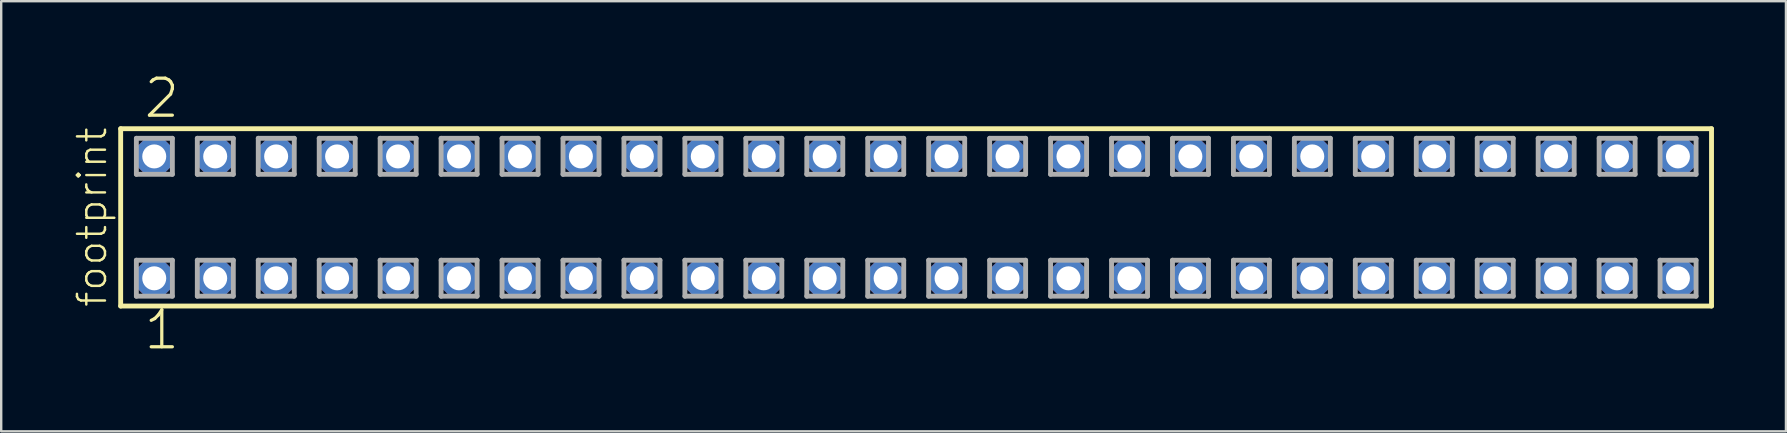
<source format=kicad_pcb>
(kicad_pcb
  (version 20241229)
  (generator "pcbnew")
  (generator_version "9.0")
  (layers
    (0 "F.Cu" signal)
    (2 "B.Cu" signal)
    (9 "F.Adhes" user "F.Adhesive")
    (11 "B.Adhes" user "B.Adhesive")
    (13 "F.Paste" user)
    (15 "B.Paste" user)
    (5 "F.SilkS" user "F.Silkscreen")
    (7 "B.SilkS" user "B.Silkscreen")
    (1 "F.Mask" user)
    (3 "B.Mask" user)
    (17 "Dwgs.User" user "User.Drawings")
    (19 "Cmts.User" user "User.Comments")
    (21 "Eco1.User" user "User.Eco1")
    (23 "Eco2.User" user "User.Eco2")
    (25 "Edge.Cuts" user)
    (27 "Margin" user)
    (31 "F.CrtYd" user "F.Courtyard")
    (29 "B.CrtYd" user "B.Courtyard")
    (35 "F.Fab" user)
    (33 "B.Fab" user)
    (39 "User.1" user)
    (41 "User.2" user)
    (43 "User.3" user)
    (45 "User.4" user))
  (footprint "footprint"
    (layer "F.Cu")
    (at 35.128 6.009)
    (property "Reference" "footprint" (at -33.655 3.81 90) (layer "F.SilkS") (effects (font (size 1.168 1.168) (thickness 0.102)) (justify left bottom)))
    (fp_line (start -33.149 -3.695) (end 33.149 -3.695) (stroke (width 0.203) (type solid)) (layer "F.SilkS"))
    (fp_line (start -33.149 3.695) (end -33.149 -3.695) (stroke (width 0.203) (type solid)) (layer "F.SilkS"))
    (fp_line (start 33.149 -3.695) (end 33.149 3.695) (stroke (width 0.203) (type solid)) (layer "F.SilkS"))
    (fp_line (start 33.149 3.695) (end -33.149 3.695) (stroke (width 0.203) (type solid)) (layer "F.SilkS"))
    (fp_line (start -32.495 -3.295) (end -30.995 -3.295) (stroke (width 0.203) (type solid)) (layer "F.Fab"))
    (fp_line (start -32.495 -1.795) (end -32.495 -3.295) (stroke (width 0.203) (type solid)) (layer "F.Fab"))
    (fp_line (start -32.495 1.785) (end -30.995 1.785) (stroke (width 0.203) (type solid)) (layer "F.Fab"))
    (fp_line (start -32.495 3.285) (end -32.495 1.785) (stroke (width 0.203) (type solid)) (layer "F.Fab"))
    (fp_line (start -30.995 -3.295) (end -30.995 -1.795) (stroke (width 0.203) (type solid)) (layer "F.Fab"))
    (fp_line (start -30.995 -1.795) (end -32.495 -1.795) (stroke (width 0.203) (type solid)) (layer "F.Fab"))
    (fp_line (start -30.995 1.785) (end -30.995 3.285) (stroke (width 0.203) (type solid)) (layer "F.Fab"))
    (fp_line (start -30.995 3.285) (end -32.495 3.285) (stroke (width 0.203) (type solid)) (layer "F.Fab"))
    (fp_line (start -29.955 -3.295) (end -28.455 -3.295) (stroke (width 0.203) (type solid)) (layer "F.Fab"))
    (fp_line (start -29.955 -1.795) (end -29.955 -3.295) (stroke (width 0.203) (type solid)) (layer "F.Fab"))
    (fp_line (start -29.955 1.785) (end -28.455 1.785) (stroke (width 0.203) (type solid)) (layer "F.Fab"))
    (fp_line (start -29.955 3.285) (end -29.955 1.785) (stroke (width 0.203) (type solid)) (layer "F.Fab"))
    (fp_line (start -28.455 -3.295) (end -28.455 -1.795) (stroke (width 0.203) (type solid)) (layer "F.Fab"))
    (fp_line (start -28.455 -1.795) (end -29.955 -1.795) (stroke (width 0.203) (type solid)) (layer "F.Fab"))
    (fp_line (start -28.455 1.785) (end -28.455 3.285) (stroke (width 0.203) (type solid)) (layer "F.Fab"))
    (fp_line (start -28.455 3.285) (end -29.955 3.285) (stroke (width 0.203) (type solid)) (layer "F.Fab"))
    (fp_line (start -27.415 -3.295) (end -25.915 -3.295) (stroke (width 0.203) (type solid)) (layer "F.Fab"))
    (fp_line (start -27.415 -1.795) (end -27.415 -3.295) (stroke (width 0.203) (type solid)) (layer "F.Fab"))
    (fp_line (start -27.415 1.785) (end -25.915 1.785) (stroke (width 0.203) (type solid)) (layer "F.Fab"))
    (fp_line (start -27.415 3.285) (end -27.415 1.785) (stroke (width 0.203) (type solid)) (layer "F.Fab"))
    (fp_line (start -25.915 -3.295) (end -25.915 -1.795) (stroke (width 0.203) (type solid)) (layer "F.Fab"))
    (fp_line (start -25.915 -1.795) (end -27.415 -1.795) (stroke (width 0.203) (type solid)) (layer "F.Fab"))
    (fp_line (start -25.915 1.785) (end -25.915 3.285) (stroke (width 0.203) (type solid)) (layer "F.Fab"))
    (fp_line (start -25.915 3.285) (end -27.415 3.285) (stroke (width 0.203) (type solid)) (layer "F.Fab"))
    (fp_line (start -24.875 -3.295) (end -23.375 -3.295) (stroke (width 0.203) (type solid)) (layer "F.Fab"))
    (fp_line (start -24.875 -1.795) (end -24.875 -3.295) (stroke (width 0.203) (type solid)) (layer "F.Fab"))
    (fp_line (start -24.875 1.785) (end -23.375 1.785) (stroke (width 0.203) (type solid)) (layer "F.Fab"))
    (fp_line (start -24.875 3.285) (end -24.875 1.785) (stroke (width 0.203) (type solid)) (layer "F.Fab"))
    (fp_line (start -23.375 -3.295) (end -23.375 -1.795) (stroke (width 0.203) (type solid)) (layer "F.Fab"))
    (fp_line (start -23.375 -1.795) (end -24.875 -1.795) (stroke (width 0.203) (type solid)) (layer "F.Fab"))
    (fp_line (start -23.375 1.785) (end -23.375 3.285) (stroke (width 0.203) (type solid)) (layer "F.Fab"))
    (fp_line (start -23.375 3.285) (end -24.875 3.285) (stroke (width 0.203) (type solid)) (layer "F.Fab"))
    (fp_line (start -22.335 -3.295) (end -20.835 -3.295) (stroke (width 0.203) (type solid)) (layer "F.Fab"))
    (fp_line (start -22.335 -1.795) (end -22.335 -3.295) (stroke (width 0.203) (type solid)) (layer "F.Fab"))
    (fp_line (start -22.335 1.785) (end -20.835 1.785) (stroke (width 0.203) (type solid)) (layer "F.Fab"))
    (fp_line (start -22.335 3.285) (end -22.335 1.785) (stroke (width 0.203) (type solid)) (layer "F.Fab"))
    (fp_line (start -20.835 -3.295) (end -20.835 -1.795) (stroke (width 0.203) (type solid)) (layer "F.Fab"))
    (fp_line (start -20.835 -1.795) (end -22.335 -1.795) (stroke (width 0.203) (type solid)) (layer "F.Fab"))
    (fp_line (start -20.835 1.785) (end -20.835 3.285) (stroke (width 0.203) (type solid)) (layer "F.Fab"))
    (fp_line (start -20.835 3.285) (end -22.335 3.285) (stroke (width 0.203) (type solid)) (layer "F.Fab"))
    (fp_line (start -19.795 -3.295) (end -18.295 -3.295) (stroke (width 0.203) (type solid)) (layer "F.Fab"))
    (fp_line (start -19.795 -1.795) (end -19.795 -3.295) (stroke (width 0.203) (type solid)) (layer "F.Fab"))
    (fp_line (start -19.795 1.785) (end -18.295 1.785) (stroke (width 0.203) (type solid)) (layer "F.Fab"))
    (fp_line (start -19.795 3.285) (end -19.795 1.785) (stroke (width 0.203) (type solid)) (layer "F.Fab"))
    (fp_line (start -18.295 -3.295) (end -18.295 -1.795) (stroke (width 0.203) (type solid)) (layer "F.Fab"))
    (fp_line (start -18.295 -1.795) (end -19.795 -1.795) (stroke (width 0.203) (type solid)) (layer "F.Fab"))
    (fp_line (start -18.295 1.785) (end -18.295 3.285) (stroke (width 0.203) (type solid)) (layer "F.Fab"))
    (fp_line (start -18.295 3.285) (end -19.795 3.285) (stroke (width 0.203) (type solid)) (layer "F.Fab"))
    (fp_line (start -17.255 -3.295) (end -15.755 -3.295) (stroke (width 0.203) (type solid)) (layer "F.Fab"))
    (fp_line (start -17.255 -1.795) (end -17.255 -3.295) (stroke (width 0.203) (type solid)) (layer "F.Fab"))
    (fp_line (start -17.255 1.785) (end -15.755 1.785) (stroke (width 0.203) (type solid)) (layer "F.Fab"))
    (fp_line (start -17.255 3.285) (end -17.255 1.785) (stroke (width 0.203) (type solid)) (layer "F.Fab"))
    (fp_line (start -15.755 -3.295) (end -15.755 -1.795) (stroke (width 0.203) (type solid)) (layer "F.Fab"))
    (fp_line (start -15.755 -1.795) (end -17.255 -1.795) (stroke (width 0.203) (type solid)) (layer "F.Fab"))
    (fp_line (start -15.755 1.785) (end -15.755 3.285) (stroke (width 0.203) (type solid)) (layer "F.Fab"))
    (fp_line (start -15.755 3.285) (end -17.255 3.285) (stroke (width 0.203) (type solid)) (layer "F.Fab"))
    (fp_line (start -14.715 -3.295) (end -13.215 -3.295) (stroke (width 0.203) (type solid)) (layer "F.Fab"))
    (fp_line (start -14.715 -1.795) (end -14.715 -3.295) (stroke (width 0.203) (type solid)) (layer "F.Fab"))
    (fp_line (start -14.715 1.785) (end -13.215 1.785) (stroke (width 0.203) (type solid)) (layer "F.Fab"))
    (fp_line (start -14.715 3.285) (end -14.715 1.785) (stroke (width 0.203) (type solid)) (layer "F.Fab"))
    (fp_line (start -13.215 -3.295) (end -13.215 -1.795) (stroke (width 0.203) (type solid)) (layer "F.Fab"))
    (fp_line (start -13.215 -1.795) (end -14.715 -1.795) (stroke (width 0.203) (type solid)) (layer "F.Fab"))
    (fp_line (start -13.215 1.785) (end -13.215 3.285) (stroke (width 0.203) (type solid)) (layer "F.Fab"))
    (fp_line (start -13.215 3.285) (end -14.715 3.285) (stroke (width 0.203) (type solid)) (layer "F.Fab"))
    (fp_line (start -12.175 -3.295) (end -10.675 -3.295) (stroke (width 0.203) (type solid)) (layer "F.Fab"))
    (fp_line (start -12.175 -1.795) (end -12.175 -3.295) (stroke (width 0.203) (type solid)) (layer "F.Fab"))
    (fp_line (start -12.175 1.785) (end -10.675 1.785) (stroke (width 0.203) (type solid)) (layer "F.Fab"))
    (fp_line (start -12.175 3.285) (end -12.175 1.785) (stroke (width 0.203) (type solid)) (layer "F.Fab"))
    (fp_line (start -10.675 -3.295) (end -10.675 -1.795) (stroke (width 0.203) (type solid)) (layer "F.Fab"))
    (fp_line (start -10.675 -1.795) (end -12.175 -1.795) (stroke (width 0.203) (type solid)) (layer "F.Fab"))
    (fp_line (start -10.675 1.785) (end -10.675 3.285) (stroke (width 0.203) (type solid)) (layer "F.Fab"))
    (fp_line (start -10.675 3.285) (end -12.175 3.285) (stroke (width 0.203) (type solid)) (layer "F.Fab"))
    (fp_line (start -9.635 -3.295) (end -8.135 -3.295) (stroke (width 0.203) (type solid)) (layer "F.Fab"))
    (fp_line (start -9.635 -1.795) (end -9.635 -3.295) (stroke (width 0.203) (type solid)) (layer "F.Fab"))
    (fp_line (start -9.635 1.785) (end -8.135 1.785) (stroke (width 0.203) (type solid)) (layer "F.Fab"))
    (fp_line (start -9.635 3.285) (end -9.635 1.785) (stroke (width 0.203) (type solid)) (layer "F.Fab"))
    (fp_line (start -8.135 -3.295) (end -8.135 -1.795) (stroke (width 0.203) (type solid)) (layer "F.Fab"))
    (fp_line (start -8.135 -1.795) (end -9.635 -1.795) (stroke (width 0.203) (type solid)) (layer "F.Fab"))
    (fp_line (start -8.135 1.785) (end -8.135 3.285) (stroke (width 0.203) (type solid)) (layer "F.Fab"))
    (fp_line (start -8.135 3.285) (end -9.635 3.285) (stroke (width 0.203) (type solid)) (layer "F.Fab"))
    (fp_line (start -7.095 -3.295) (end -5.595 -3.295) (stroke (width 0.203) (type solid)) (layer "F.Fab"))
    (fp_line (start -7.095 -1.795) (end -7.095 -3.295) (stroke (width 0.203) (type solid)) (layer "F.Fab"))
    (fp_line (start -7.095 1.785) (end -5.595 1.785) (stroke (width 0.203) (type solid)) (layer "F.Fab"))
    (fp_line (start -7.095 3.285) (end -7.095 1.785) (stroke (width 0.203) (type solid)) (layer "F.Fab"))
    (fp_line (start -5.595 -3.295) (end -5.595 -1.795) (stroke (width 0.203) (type solid)) (layer "F.Fab"))
    (fp_line (start -5.595 -1.795) (end -7.095 -1.795) (stroke (width 0.203) (type solid)) (layer "F.Fab"))
    (fp_line (start -5.595 1.785) (end -5.595 3.285) (stroke (width 0.203) (type solid)) (layer "F.Fab"))
    (fp_line (start -5.595 3.285) (end -7.095 3.285) (stroke (width 0.203) (type solid)) (layer "F.Fab"))
    (fp_line (start -4.555 -3.295) (end -3.055 -3.295) (stroke (width 0.203) (type solid)) (layer "F.Fab"))
    (fp_line (start -4.555 -1.795) (end -4.555 -3.295) (stroke (width 0.203) (type solid)) (layer "F.Fab"))
    (fp_line (start -4.555 1.785) (end -3.055 1.785) (stroke (width 0.203) (type solid)) (layer "F.Fab"))
    (fp_line (start -4.555 3.285) (end -4.555 1.785) (stroke (width 0.203) (type solid)) (layer "F.Fab"))
    (fp_line (start -3.055 -3.295) (end -3.055 -1.795) (stroke (width 0.203) (type solid)) (layer "F.Fab"))
    (fp_line (start -3.055 -1.795) (end -4.555 -1.795) (stroke (width 0.203) (type solid)) (layer "F.Fab"))
    (fp_line (start -3.055 1.785) (end -3.055 3.285) (stroke (width 0.203) (type solid)) (layer "F.Fab"))
    (fp_line (start -3.055 3.285) (end -4.555 3.285) (stroke (width 0.203) (type solid)) (layer "F.Fab"))
    (fp_line (start -2.015 -3.295) (end -0.515 -3.295) (stroke (width 0.203) (type solid)) (layer "F.Fab"))
    (fp_line (start -2.015 -1.795) (end -2.015 -3.295) (stroke (width 0.203) (type solid)) (layer "F.Fab"))
    (fp_line (start -2.015 1.785) (end -0.515 1.785) (stroke (width 0.203) (type solid)) (layer "F.Fab"))
    (fp_line (start -2.015 3.285) (end -2.015 1.785) (stroke (width 0.203) (type solid)) (layer "F.Fab"))
    (fp_line (start -0.515 -3.295) (end -0.515 -1.795) (stroke (width 0.203) (type solid)) (layer "F.Fab"))
    (fp_line (start -0.515 -1.795) (end -2.015 -1.795) (stroke (width 0.203) (type solid)) (layer "F.Fab"))
    (fp_line (start -0.515 1.785) (end -0.515 3.285) (stroke (width 0.203) (type solid)) (layer "F.Fab"))
    (fp_line (start -0.515 3.285) (end -2.015 3.285) (stroke (width 0.203) (type solid)) (layer "F.Fab"))
    (fp_line (start 0.525 -3.295) (end 2.025 -3.295) (stroke (width 0.203) (type solid)) (layer "F.Fab"))
    (fp_line (start 0.525 -1.795) (end 0.525 -3.295) (stroke (width 0.203) (type solid)) (layer "F.Fab"))
    (fp_line (start 0.525 1.785) (end 2.025 1.785) (stroke (width 0.203) (type solid)) (layer "F.Fab"))
    (fp_line (start 0.525 3.285) (end 0.525 1.785) (stroke (width 0.203) (type solid)) (layer "F.Fab"))
    (fp_line (start 2.025 -3.295) (end 2.025 -1.795) (stroke (width 0.203) (type solid)) (layer "F.Fab"))
    (fp_line (start 2.025 -1.795) (end 0.525 -1.795) (stroke (width 0.203) (type solid)) (layer "F.Fab"))
    (fp_line (start 2.025 1.785) (end 2.025 3.285) (stroke (width 0.203) (type solid)) (layer "F.Fab"))
    (fp_line (start 2.025 3.285) (end 0.525 3.285) (stroke (width 0.203) (type solid)) (layer "F.Fab"))
    (fp_line (start 3.065 -3.295) (end 4.565 -3.295) (stroke (width 0.203) (type solid)) (layer "F.Fab"))
    (fp_line (start 3.065 -1.795) (end 3.065 -3.295) (stroke (width 0.203) (type solid)) (layer "F.Fab"))
    (fp_line (start 3.065 1.785) (end 4.565 1.785) (stroke (width 0.203) (type solid)) (layer "F.Fab"))
    (fp_line (start 3.065 3.285) (end 3.065 1.785) (stroke (width 0.203) (type solid)) (layer "F.Fab"))
    (fp_line (start 4.565 -3.295) (end 4.565 -1.795) (stroke (width 0.203) (type solid)) (layer "F.Fab"))
    (fp_line (start 4.565 -1.795) (end 3.065 -1.795) (stroke (width 0.203) (type solid)) (layer "F.Fab"))
    (fp_line (start 4.565 1.785) (end 4.565 3.285) (stroke (width 0.203) (type solid)) (layer "F.Fab"))
    (fp_line (start 4.565 3.285) (end 3.065 3.285) (stroke (width 0.203) (type solid)) (layer "F.Fab"))
    (fp_line (start 5.605 -3.295) (end 7.105 -3.295) (stroke (width 0.203) (type solid)) (layer "F.Fab"))
    (fp_line (start 5.605 -1.795) (end 5.605 -3.295) (stroke (width 0.203) (type solid)) (layer "F.Fab"))
    (fp_line (start 5.605 1.785) (end 7.105 1.785) (stroke (width 0.203) (type solid)) (layer "F.Fab"))
    (fp_line (start 5.605 3.285) (end 5.605 1.785) (stroke (width 0.203) (type solid)) (layer "F.Fab"))
    (fp_line (start 7.105 -3.295) (end 7.105 -1.795) (stroke (width 0.203) (type solid)) (layer "F.Fab"))
    (fp_line (start 7.105 -1.795) (end 5.605 -1.795) (stroke (width 0.203) (type solid)) (layer "F.Fab"))
    (fp_line (start 7.105 1.785) (end 7.105 3.285) (stroke (width 0.203) (type solid)) (layer "F.Fab"))
    (fp_line (start 7.105 3.285) (end 5.605 3.285) (stroke (width 0.203) (type solid)) (layer "F.Fab"))
    (fp_line (start 8.145 -3.295) (end 9.645 -3.295) (stroke (width 0.203) (type solid)) (layer "F.Fab"))
    (fp_line (start 8.145 -1.795) (end 8.145 -3.295) (stroke (width 0.203) (type solid)) (layer "F.Fab"))
    (fp_line (start 8.145 1.785) (end 9.645 1.785) (stroke (width 0.203) (type solid)) (layer "F.Fab"))
    (fp_line (start 8.145 3.285) (end 8.145 1.785) (stroke (width 0.203) (type solid)) (layer "F.Fab"))
    (fp_line (start 9.645 -3.295) (end 9.645 -1.795) (stroke (width 0.203) (type solid)) (layer "F.Fab"))
    (fp_line (start 9.645 -1.795) (end 8.145 -1.795) (stroke (width 0.203) (type solid)) (layer "F.Fab"))
    (fp_line (start 9.645 1.785) (end 9.645 3.285) (stroke (width 0.203) (type solid)) (layer "F.Fab"))
    (fp_line (start 9.645 3.285) (end 8.145 3.285) (stroke (width 0.203) (type solid)) (layer "F.Fab"))
    (fp_line (start 10.685 -3.295) (end 12.185 -3.295) (stroke (width 0.203) (type solid)) (layer "F.Fab"))
    (fp_line (start 10.685 -1.795) (end 10.685 -3.295) (stroke (width 0.203) (type solid)) (layer "F.Fab"))
    (fp_line (start 10.685 1.785) (end 12.185 1.785) (stroke (width 0.203) (type solid)) (layer "F.Fab"))
    (fp_line (start 10.685 3.285) (end 10.685 1.785) (stroke (width 0.203) (type solid)) (layer "F.Fab"))
    (fp_line (start 12.185 -3.295) (end 12.185 -1.795) (stroke (width 0.203) (type solid)) (layer "F.Fab"))
    (fp_line (start 12.185 -1.795) (end 10.685 -1.795) (stroke (width 0.203) (type solid)) (layer "F.Fab"))
    (fp_line (start 12.185 1.785) (end 12.185 3.285) (stroke (width 0.203) (type solid)) (layer "F.Fab"))
    (fp_line (start 12.185 3.285) (end 10.685 3.285) (stroke (width 0.203) (type solid)) (layer "F.Fab"))
    (fp_line (start 13.225 -3.295) (end 14.725 -3.295) (stroke (width 0.203) (type solid)) (layer "F.Fab"))
    (fp_line (start 13.225 -1.795) (end 13.225 -3.295) (stroke (width 0.203) (type solid)) (layer "F.Fab"))
    (fp_line (start 13.225 1.785) (end 14.725 1.785) (stroke (width 0.203) (type solid)) (layer "F.Fab"))
    (fp_line (start 13.225 3.285) (end 13.225 1.785) (stroke (width 0.203) (type solid)) (layer "F.Fab"))
    (fp_line (start 14.725 -3.295) (end 14.725 -1.795) (stroke (width 0.203) (type solid)) (layer "F.Fab"))
    (fp_line (start 14.725 -1.795) (end 13.225 -1.795) (stroke (width 0.203) (type solid)) (layer "F.Fab"))
    (fp_line (start 14.725 1.785) (end 14.725 3.285) (stroke (width 0.203) (type solid)) (layer "F.Fab"))
    (fp_line (start 14.725 3.285) (end 13.225 3.285) (stroke (width 0.203) (type solid)) (layer "F.Fab"))
    (fp_line (start 15.765 -3.295) (end 17.265 -3.295) (stroke (width 0.203) (type solid)) (layer "F.Fab"))
    (fp_line (start 15.765 -1.795) (end 15.765 -3.295) (stroke (width 0.203) (type solid)) (layer "F.Fab"))
    (fp_line (start 15.765 1.785) (end 17.265 1.785) (stroke (width 0.203) (type solid)) (layer "F.Fab"))
    (fp_line (start 15.765 3.285) (end 15.765 1.785) (stroke (width 0.203) (type solid)) (layer "F.Fab"))
    (fp_line (start 17.265 -3.295) (end 17.265 -1.795) (stroke (width 0.203) (type solid)) (layer "F.Fab"))
    (fp_line (start 17.265 -1.795) (end 15.765 -1.795) (stroke (width 0.203) (type solid)) (layer "F.Fab"))
    (fp_line (start 17.265 1.785) (end 17.265 3.285) (stroke (width 0.203) (type solid)) (layer "F.Fab"))
    (fp_line (start 17.265 3.285) (end 15.765 3.285) (stroke (width 0.203) (type solid)) (layer "F.Fab"))
    (fp_line (start 18.305 -3.295) (end 19.805 -3.295) (stroke (width 0.203) (type solid)) (layer "F.Fab"))
    (fp_line (start 18.305 -1.795) (end 18.305 -3.295) (stroke (width 0.203) (type solid)) (layer "F.Fab"))
    (fp_line (start 18.305 1.785) (end 19.805 1.785) (stroke (width 0.203) (type solid)) (layer "F.Fab"))
    (fp_line (start 18.305 3.285) (end 18.305 1.785) (stroke (width 0.203) (type solid)) (layer "F.Fab"))
    (fp_line (start 19.805 -3.295) (end 19.805 -1.795) (stroke (width 0.203) (type solid)) (layer "F.Fab"))
    (fp_line (start 19.805 -1.795) (end 18.305 -1.795) (stroke (width 0.203) (type solid)) (layer "F.Fab"))
    (fp_line (start 19.805 1.785) (end 19.805 3.285) (stroke (width 0.203) (type solid)) (layer "F.Fab"))
    (fp_line (start 19.805 3.285) (end 18.305 3.285) (stroke (width 0.203) (type solid)) (layer "F.Fab"))
    (fp_line (start 20.845 -3.295) (end 22.345 -3.295) (stroke (width 0.203) (type solid)) (layer "F.Fab"))
    (fp_line (start 20.845 -1.795) (end 20.845 -3.295) (stroke (width 0.203) (type solid)) (layer "F.Fab"))
    (fp_line (start 20.845 1.785) (end 22.345 1.785) (stroke (width 0.203) (type solid)) (layer "F.Fab"))
    (fp_line (start 20.845 3.285) (end 20.845 1.785) (stroke (width 0.203) (type solid)) (layer "F.Fab"))
    (fp_line (start 22.345 -3.295) (end 22.345 -1.795) (stroke (width 0.203) (type solid)) (layer "F.Fab"))
    (fp_line (start 22.345 -1.795) (end 20.845 -1.795) (stroke (width 0.203) (type solid)) (layer "F.Fab"))
    (fp_line (start 22.345 1.785) (end 22.345 3.285) (stroke (width 0.203) (type solid)) (layer "F.Fab"))
    (fp_line (start 22.345 3.285) (end 20.845 3.285) (stroke (width 0.203) (type solid)) (layer "F.Fab"))
    (fp_line (start 23.385 -3.295) (end 24.885 -3.295) (stroke (width 0.203) (type solid)) (layer "F.Fab"))
    (fp_line (start 23.385 -1.795) (end 23.385 -3.295) (stroke (width 0.203) (type solid)) (layer "F.Fab"))
    (fp_line (start 23.385 1.785) (end 24.885 1.785) (stroke (width 0.203) (type solid)) (layer "F.Fab"))
    (fp_line (start 23.385 3.285) (end 23.385 1.785) (stroke (width 0.203) (type solid)) (layer "F.Fab"))
    (fp_line (start 24.885 -3.295) (end 24.885 -1.795) (stroke (width 0.203) (type solid)) (layer "F.Fab"))
    (fp_line (start 24.885 -1.795) (end 23.385 -1.795) (stroke (width 0.203) (type solid)) (layer "F.Fab"))
    (fp_line (start 24.885 1.785) (end 24.885 3.285) (stroke (width 0.203) (type solid)) (layer "F.Fab"))
    (fp_line (start 24.885 3.285) (end 23.385 3.285) (stroke (width 0.203) (type solid)) (layer "F.Fab"))
    (fp_line (start 25.925 -3.295) (end 27.425 -3.295) (stroke (width 0.203) (type solid)) (layer "F.Fab"))
    (fp_line (start 25.925 -1.795) (end 25.925 -3.295) (stroke (width 0.203) (type solid)) (layer "F.Fab"))
    (fp_line (start 25.925 1.785) (end 27.425 1.785) (stroke (width 0.203) (type solid)) (layer "F.Fab"))
    (fp_line (start 25.925 3.285) (end 25.925 1.785) (stroke (width 0.203) (type solid)) (layer "F.Fab"))
    (fp_line (start 27.425 -3.295) (end 27.425 -1.795) (stroke (width 0.203) (type solid)) (layer "F.Fab"))
    (fp_line (start 27.425 -1.795) (end 25.925 -1.795) (stroke (width 0.203) (type solid)) (layer "F.Fab"))
    (fp_line (start 27.425 1.785) (end 27.425 3.285) (stroke (width 0.203) (type solid)) (layer "F.Fab"))
    (fp_line (start 27.425 3.285) (end 25.925 3.285) (stroke (width 0.203) (type solid)) (layer "F.Fab"))
    (fp_line (start 28.465 -3.295) (end 29.965 -3.295) (stroke (width 0.203) (type solid)) (layer "F.Fab"))
    (fp_line (start 28.465 -1.795) (end 28.465 -3.295) (stroke (width 0.203) (type solid)) (layer "F.Fab"))
    (fp_line (start 28.465 1.785) (end 29.965 1.785) (stroke (width 0.203) (type solid)) (layer "F.Fab"))
    (fp_line (start 28.465 3.285) (end 28.465 1.785) (stroke (width 0.203) (type solid)) (layer "F.Fab"))
    (fp_line (start 29.965 -3.295) (end 29.965 -1.795) (stroke (width 0.203) (type solid)) (layer "F.Fab"))
    (fp_line (start 29.965 -1.795) (end 28.465 -1.795) (stroke (width 0.203) (type solid)) (layer "F.Fab"))
    (fp_line (start 29.965 1.785) (end 29.965 3.285) (stroke (width 0.203) (type solid)) (layer "F.Fab"))
    (fp_line (start 29.965 3.285) (end 28.465 3.285) (stroke (width 0.203) (type solid)) (layer "F.Fab"))
    (fp_line (start 31.005 -3.295) (end 32.505 -3.295) (stroke (width 0.203) (type solid)) (layer "F.Fab"))
    (fp_line (start 31.005 -1.795) (end 31.005 -3.295) (stroke (width 0.203) (type solid)) (layer "F.Fab"))
    (fp_line (start 31.005 1.785) (end 32.505 1.785) (stroke (width 0.203) (type solid)) (layer "F.Fab"))
    (fp_line (start 31.005 3.285) (end 31.005 1.785) (stroke (width 0.203) (type solid)) (layer "F.Fab"))
    (fp_line (start 32.505 -3.295) (end 32.505 -1.795) (stroke (width 0.203) (type solid)) (layer "F.Fab"))
    (fp_line (start 32.505 -1.795) (end 31.005 -1.795) (stroke (width 0.203) (type solid)) (layer "F.Fab"))
    (fp_line (start 32.505 1.785) (end 32.505 3.285) (stroke (width 0.203) (type solid)) (layer "F.Fab"))
    (fp_line (start 32.505 3.285) (end 31.005 3.285) (stroke (width 0.203) (type solid)) (layer "F.Fab"))
    (fp_text user "1" (at -32.258 5.588 0) (layer "F.SilkS") (effects (font (size 1.542 1.542) (thickness 0.134)) (justify left bottom)))
    (fp_text user "2" (at -32.258 -4.064 0) (layer "F.SilkS") (effects (font (size 1.542 1.542) (thickness 0.134)) (justify left bottom)))
    (pad "1" thru_hole roundrect (at -31.75 2.54) (size 1.5 1.5) (drill 1) (layers "*.Cu" "*.Mask") (roundrect_rratio 0.25) (chamfer_ratio 0.25) (chamfer top_left top_right bottom_left bottom_right))
    (pad "2" thru_hole roundrect (at -31.75 -2.54) (size 1.5 1.5) (drill 1) (layers "*.Cu" "*.Mask") (roundrect_rratio 0.25) (chamfer_ratio 0.25) (chamfer top_left top_right bottom_left bottom_right))
    (pad "3" thru_hole roundrect (at -29.21 2.54) (size 1.5 1.5) (drill 1) (layers "*.Cu" "*.Mask") (roundrect_rratio 0.25) (chamfer_ratio 0.25) (chamfer top_left top_right bottom_left bottom_right))
    (pad "4" thru_hole roundrect (at -29.21 -2.54) (size 1.5 1.5) (drill 1) (layers "*.Cu" "*.Mask") (roundrect_rratio 0.25) (chamfer_ratio 0.25) (chamfer top_left top_right bottom_left bottom_right))
    (pad "5" thru_hole roundrect (at -26.67 2.54) (size 1.5 1.5) (drill 1) (layers "*.Cu" "*.Mask") (roundrect_rratio 0.25) (chamfer_ratio 0.25) (chamfer top_left top_right bottom_left bottom_right))
    (pad "6" thru_hole roundrect (at -26.67 -2.54) (size 1.5 1.5) (drill 1) (layers "*.Cu" "*.Mask") (roundrect_rratio 0.25) (chamfer_ratio 0.25) (chamfer top_left top_right bottom_left bottom_right))
    (pad "7" thru_hole roundrect (at -24.13 2.54) (size 1.5 1.5) (drill 1) (layers "*.Cu" "*.Mask") (roundrect_rratio 0.25) (chamfer_ratio 0.25) (chamfer top_left top_right bottom_left bottom_right))
    (pad "8" thru_hole roundrect (at -24.13 -2.54) (size 1.5 1.5) (drill 1) (layers "*.Cu" "*.Mask") (roundrect_rratio 0.25) (chamfer_ratio 0.25) (chamfer top_left top_right bottom_left bottom_right))
    (pad "9" thru_hole roundrect (at -21.59 2.54) (size 1.5 1.5) (drill 1) (layers "*.Cu" "*.Mask") (roundrect_rratio 0.25) (chamfer_ratio 0.25) (chamfer top_left top_right bottom_left bottom_right))
    (pad "10" thru_hole roundrect (at -21.59 -2.54) (size 1.5 1.5) (drill 1) (layers "*.Cu" "*.Mask") (roundrect_rratio 0.25) (chamfer_ratio 0.25) (chamfer top_left top_right bottom_left bottom_right))
    (pad "11" thru_hole roundrect (at -19.05 2.54) (size 1.5 1.5) (drill 1) (layers "*.Cu" "*.Mask") (roundrect_rratio 0.25) (chamfer_ratio 0.25) (chamfer top_left top_right bottom_left bottom_right))
    (pad "12" thru_hole roundrect (at -19.05 -2.54) (size 1.5 1.5) (drill 1) (layers "*.Cu" "*.Mask") (roundrect_rratio 0.25) (chamfer_ratio 0.25) (chamfer top_left top_right bottom_left bottom_right))
    (pad "13" thru_hole roundrect (at -16.51 2.54) (size 1.5 1.5) (drill 1) (layers "*.Cu" "*.Mask") (roundrect_rratio 0.25) (chamfer_ratio 0.25) (chamfer top_left top_right bottom_left bottom_right))
    (pad "14" thru_hole roundrect (at -16.51 -2.54) (size 1.5 1.5) (drill 1) (layers "*.Cu" "*.Mask") (roundrect_rratio 0.25) (chamfer_ratio 0.25) (chamfer top_left top_right bottom_left bottom_right))
    (pad "15" thru_hole roundrect (at -13.97 2.54) (size 1.5 1.5) (drill 1) (layers "*.Cu" "*.Mask") (roundrect_rratio 0.25) (chamfer_ratio 0.25) (chamfer top_left top_right bottom_left bottom_right))
    (pad "16" thru_hole roundrect (at -13.97 -2.54) (size 1.5 1.5) (drill 1) (layers "*.Cu" "*.Mask") (roundrect_rratio 0.25) (chamfer_ratio 0.25) (chamfer top_left top_right bottom_left bottom_right))
    (pad "17" thru_hole roundrect (at -11.43 2.54) (size 1.5 1.5) (drill 1) (layers "*.Cu" "*.Mask") (roundrect_rratio 0.25) (chamfer_ratio 0.25) (chamfer top_left top_right bottom_left bottom_right))
    (pad "18" thru_hole roundrect (at -11.43 -2.54) (size 1.5 1.5) (drill 1) (layers "*.Cu" "*.Mask") (roundrect_rratio 0.25) (chamfer_ratio 0.25) (chamfer top_left top_right bottom_left bottom_right))
    (pad "19" thru_hole roundrect (at -8.89 2.54) (size 1.5 1.5) (drill 1) (layers "*.Cu" "*.Mask") (roundrect_rratio 0.25) (chamfer_ratio 0.25) (chamfer top_left top_right bottom_left bottom_right))
    (pad "20" thru_hole roundrect (at -8.89 -2.54) (size 1.5 1.5) (drill 1) (layers "*.Cu" "*.Mask") (roundrect_rratio 0.25) (chamfer_ratio 0.25) (chamfer top_left top_right bottom_left bottom_right))
    (pad "21" thru_hole roundrect (at -6.35 2.54) (size 1.5 1.5) (drill 1) (layers "*.Cu" "*.Mask") (roundrect_rratio 0.25) (chamfer_ratio 0.25) (chamfer top_left top_right bottom_left bottom_right))
    (pad "22" thru_hole roundrect (at -6.35 -2.54) (size 1.5 1.5) (drill 1) (layers "*.Cu" "*.Mask") (roundrect_rratio 0.25) (chamfer_ratio 0.25) (chamfer top_left top_right bottom_left bottom_right))
    (pad "23" thru_hole roundrect (at -3.81 2.54) (size 1.5 1.5) (drill 1) (layers "*.Cu" "*.Mask") (roundrect_rratio 0.25) (chamfer_ratio 0.25) (chamfer top_left top_right bottom_left bottom_right))
    (pad "24" thru_hole roundrect (at -3.81 -2.54) (size 1.5 1.5) (drill 1) (layers "*.Cu" "*.Mask") (roundrect_rratio 0.25) (chamfer_ratio 0.25) (chamfer top_left top_right bottom_left bottom_right))
    (pad "25" thru_hole roundrect (at -1.27 2.54) (size 1.5 1.5) (drill 1) (layers "*.Cu" "*.Mask") (roundrect_rratio 0.25) (chamfer_ratio 0.25) (chamfer top_left top_right bottom_left bottom_right))
    (pad "26" thru_hole roundrect (at -1.27 -2.54) (size 1.5 1.5) (drill 1) (layers "*.Cu" "*.Mask") (roundrect_rratio 0.25) (chamfer_ratio 0.25) (chamfer top_left top_right bottom_left bottom_right))
    (pad "27" thru_hole roundrect (at 1.27 2.54) (size 1.5 1.5) (drill 1) (layers "*.Cu" "*.Mask") (roundrect_rratio 0.25) (chamfer_ratio 0.25) (chamfer top_left top_right bottom_left bottom_right))
    (pad "28" thru_hole roundrect (at 1.27 -2.54) (size 1.5 1.5) (drill 1) (layers "*.Cu" "*.Mask") (roundrect_rratio 0.25) (chamfer_ratio 0.25) (chamfer top_left top_right bottom_left bottom_right))
    (pad "29" thru_hole roundrect (at 3.81 2.54) (size 1.5 1.5) (drill 1) (layers "*.Cu" "*.Mask") (roundrect_rratio 0.25) (chamfer_ratio 0.25) (chamfer top_left top_right bottom_left bottom_right))
    (pad "30" thru_hole roundrect (at 3.81 -2.54) (size 1.5 1.5) (drill 1) (layers "*.Cu" "*.Mask") (roundrect_rratio 0.25) (chamfer_ratio 0.25) (chamfer top_left top_right bottom_left bottom_right))
    (pad "31" thru_hole roundrect (at 6.35 2.54) (size 1.5 1.5) (drill 1) (layers "*.Cu" "*.Mask") (roundrect_rratio 0.25) (chamfer_ratio 0.25) (chamfer top_left top_right bottom_left bottom_right))
    (pad "32" thru_hole roundrect (at 6.35 -2.54) (size 1.5 1.5) (drill 1) (layers "*.Cu" "*.Mask") (roundrect_rratio 0.25) (chamfer_ratio 0.25) (chamfer top_left top_right bottom_left bottom_right))
    (pad "33" thru_hole roundrect (at 8.89 2.54) (size 1.5 1.5) (drill 1) (layers "*.Cu" "*.Mask") (roundrect_rratio 0.25) (chamfer_ratio 0.25) (chamfer top_left top_right bottom_left bottom_right))
    (pad "34" thru_hole roundrect (at 8.89 -2.54) (size 1.5 1.5) (drill 1) (layers "*.Cu" "*.Mask") (roundrect_rratio 0.25) (chamfer_ratio 0.25) (chamfer top_left top_right bottom_left bottom_right))
    (pad "35" thru_hole roundrect (at 11.43 2.54) (size 1.5 1.5) (drill 1) (layers "*.Cu" "*.Mask") (roundrect_rratio 0.25) (chamfer_ratio 0.25) (chamfer top_left top_right bottom_left bottom_right))
    (pad "36" thru_hole roundrect (at 11.43 -2.54) (size 1.5 1.5) (drill 1) (layers "*.Cu" "*.Mask") (roundrect_rratio 0.25) (chamfer_ratio 0.25) (chamfer top_left top_right bottom_left bottom_right))
    (pad "37" thru_hole roundrect (at 13.97 2.54) (size 1.5 1.5) (drill 1) (layers "*.Cu" "*.Mask") (roundrect_rratio 0.25) (chamfer_ratio 0.25) (chamfer top_left top_right bottom_left bottom_right))
    (pad "38" thru_hole roundrect (at 13.97 -2.54) (size 1.5 1.5) (drill 1) (layers "*.Cu" "*.Mask") (roundrect_rratio 0.25) (chamfer_ratio 0.25) (chamfer top_left top_right bottom_left bottom_right))
    (pad "39" thru_hole roundrect (at 16.51 2.54) (size 1.5 1.5) (drill 1) (layers "*.Cu" "*.Mask") (roundrect_rratio 0.25) (chamfer_ratio 0.25) (chamfer top_left top_right bottom_left bottom_right))
    (pad "40" thru_hole roundrect (at 16.51 -2.54) (size 1.5 1.5) (drill 1) (layers "*.Cu" "*.Mask") (roundrect_rratio 0.25) (chamfer_ratio 0.25) (chamfer top_left top_right bottom_left bottom_right))
    (pad "41" thru_hole roundrect (at 19.05 2.54) (size 1.5 1.5) (drill 1) (layers "*.Cu" "*.Mask") (roundrect_rratio 0.25) (chamfer_ratio 0.25) (chamfer top_left top_right bottom_left bottom_right))
    (pad "42" thru_hole roundrect (at 19.05 -2.54) (size 1.5 1.5) (drill 1) (layers "*.Cu" "*.Mask") (roundrect_rratio 0.25) (chamfer_ratio 0.25) (chamfer top_left top_right bottom_left bottom_right))
    (pad "43" thru_hole roundrect (at 21.59 2.54) (size 1.5 1.5) (drill 1) (layers "*.Cu" "*.Mask") (roundrect_rratio 0.25) (chamfer_ratio 0.25) (chamfer top_left top_right bottom_left bottom_right))
    (pad "44" thru_hole roundrect (at 21.59 -2.54) (size 1.5 1.5) (drill 1) (layers "*.Cu" "*.Mask") (roundrect_rratio 0.25) (chamfer_ratio 0.25) (chamfer top_left top_right bottom_left bottom_right))
    (pad "45" thru_hole roundrect (at 24.13 2.54) (size 1.5 1.5) (drill 1) (layers "*.Cu" "*.Mask") (roundrect_rratio 0.25) (chamfer_ratio 0.25) (chamfer top_left top_right bottom_left bottom_right))
    (pad "46" thru_hole roundrect (at 24.13 -2.54) (size 1.5 1.5) (drill 1) (layers "*.Cu" "*.Mask") (roundrect_rratio 0.25) (chamfer_ratio 0.25) (chamfer top_left top_right bottom_left bottom_right))
    (pad "47" thru_hole roundrect (at 26.67 2.54) (size 1.5 1.5) (drill 1) (layers "*.Cu" "*.Mask") (roundrect_rratio 0.25) (chamfer_ratio 0.25) (chamfer top_left top_right bottom_left bottom_right))
    (pad "48" thru_hole roundrect (at 26.67 -2.54) (size 1.5 1.5) (drill 1) (layers "*.Cu" "*.Mask") (roundrect_rratio 0.25) (chamfer_ratio 0.25) (chamfer top_left top_right bottom_left bottom_right))
    (pad "49" thru_hole roundrect (at 29.21 2.54) (size 1.5 1.5) (drill 1) (layers "*.Cu" "*.Mask") (roundrect_rratio 0.25) (chamfer_ratio 0.25) (chamfer top_left top_right bottom_left bottom_right))
    (pad "50" thru_hole roundrect (at 29.21 -2.54) (size 1.5 1.5) (drill 1) (layers "*.Cu" "*.Mask") (roundrect_rratio 0.25) (chamfer_ratio 0.25) (chamfer top_left top_right bottom_left bottom_right))
    (pad "51" thru_hole roundrect (at 31.75 2.54) (size 1.5 1.5) (drill 1) (layers "*.Cu" "*.Mask") (roundrect_rratio 0.25) (chamfer_ratio 0.25) (chamfer top_left top_right bottom_left bottom_right))
    (pad "52" thru_hole roundrect (at 31.75 -2.54) (size 1.5 1.5) (drill 1) (layers "*.Cu" "*.Mask") (roundrect_rratio 0.25) (chamfer_ratio 0.25) (chamfer top_left top_right bottom_left bottom_right)))
  (gr_rect
    (start -3 -3)
    (end 71.379 14.927)
    (stroke (width 0.1) (type default))
    (fill no)
    (layer "Edge.Cuts")))
</source>
